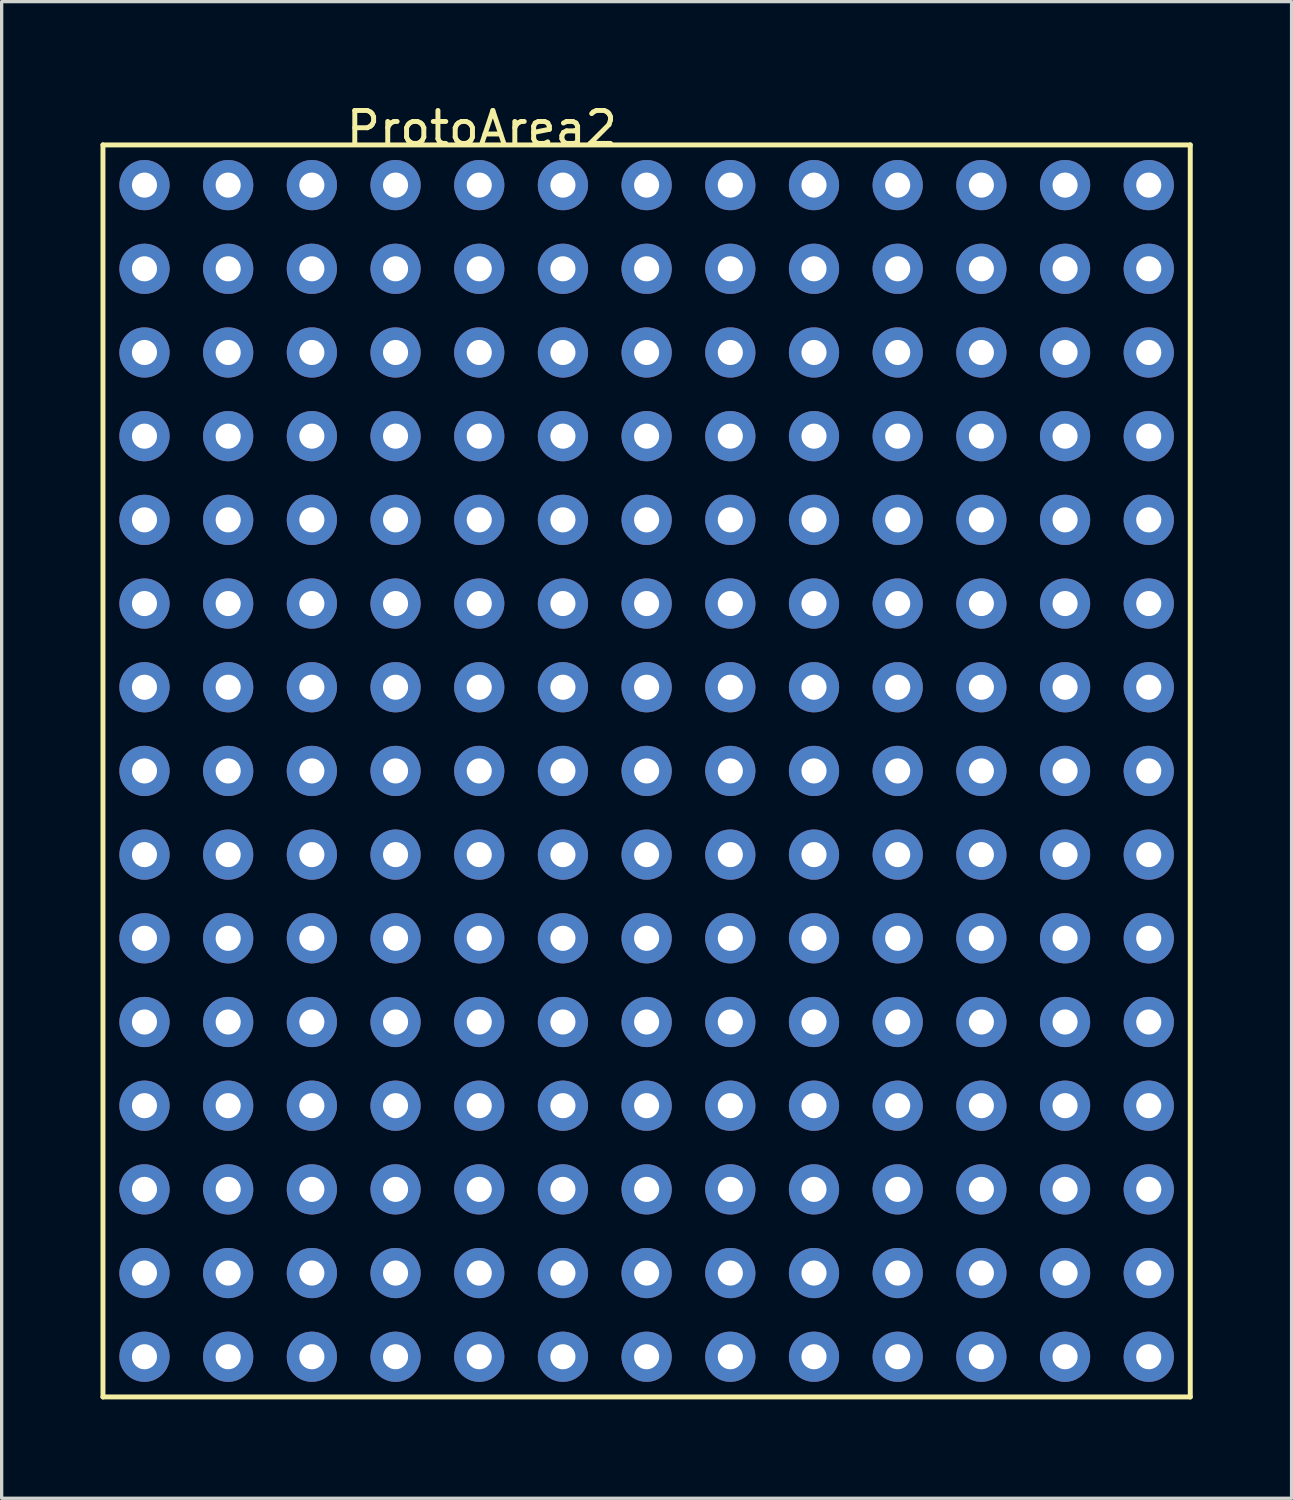
<source format=kicad_pcb>
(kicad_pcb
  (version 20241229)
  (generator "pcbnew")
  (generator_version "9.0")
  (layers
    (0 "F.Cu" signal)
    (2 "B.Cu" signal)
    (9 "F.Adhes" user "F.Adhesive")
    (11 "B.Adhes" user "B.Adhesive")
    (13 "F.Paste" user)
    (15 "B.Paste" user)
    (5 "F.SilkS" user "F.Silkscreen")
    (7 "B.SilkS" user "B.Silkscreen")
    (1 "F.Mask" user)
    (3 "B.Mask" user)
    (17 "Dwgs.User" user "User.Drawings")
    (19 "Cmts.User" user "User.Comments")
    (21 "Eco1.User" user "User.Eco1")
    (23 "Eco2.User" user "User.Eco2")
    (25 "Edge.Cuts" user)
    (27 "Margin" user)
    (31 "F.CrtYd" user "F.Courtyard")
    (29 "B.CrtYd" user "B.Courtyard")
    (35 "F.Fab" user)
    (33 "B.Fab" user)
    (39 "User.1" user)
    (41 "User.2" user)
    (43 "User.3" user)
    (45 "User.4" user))
  (footprint "ProtoArea2"
    (layer "F.Cu")
    (at 16.575 20.348)
    (property "Reference" "ProtoArea2" (at -5 -19.5 0) (layer "F.SilkS") (effects (font (size 1 1) (thickness 0.15))))
    (attr through_hole)
    (fp_line (start -16.5 -19) (end 16.5 -19) (stroke (width 0.15) (type solid)) (layer "F.SilkS"))
    (fp_line (start -16.5 19) (end -16.5 -19) (stroke (width 0.15) (type solid)) (layer "F.SilkS"))
    (fp_line (start 16.5 -19) (end 16.5 19) (stroke (width 0.15) (type solid)) (layer "F.SilkS"))
    (fp_line (start 16.5 19) (end -16.5 19) (stroke (width 0.15) (type solid)) (layer "F.SilkS"))
    (pad "1" thru_hole circle (at -15.24 -17.78) (size 1.524 1.524) (drill 0.762) (layers "*.Cu" "*.Mask"))
    (pad "2" thru_hole circle (at -15.24 -15.24) (size 1.524 1.524) (drill 0.762) (layers "*.Cu" "*.Mask"))
    (pad "3" thru_hole circle (at -15.24 -12.7) (size 1.524 1.524) (drill 0.762) (layers "*.Cu" "*.Mask"))
    (pad "4" thru_hole circle (at -15.24 -10.16) (size 1.524 1.524) (drill 0.762) (layers "*.Cu" "*.Mask"))
    (pad "5" thru_hole circle (at -15.24 -7.62) (size 1.524 1.524) (drill 0.762) (layers "*.Cu" "*.Mask"))
    (pad "6" thru_hole circle (at -15.24 -5.08) (size 1.524 1.524) (drill 0.762) (layers "*.Cu" "*.Mask"))
    (pad "7" thru_hole circle (at -15.24 -2.54) (size 1.524 1.524) (drill 0.762) (layers "*.Cu" "*.Mask"))
    (pad "8" thru_hole circle (at -15.24 0) (size 1.524 1.524) (drill 0.762) (layers "*.Cu" "*.Mask"))
    (pad "9" thru_hole circle (at -15.24 2.54) (size 1.524 1.524) (drill 0.762) (layers "*.Cu" "*.Mask"))
    (pad "10" thru_hole circle (at -15.24 5.08) (size 1.524 1.524) (drill 0.762) (layers "*.Cu" "*.Mask"))
    (pad "11" thru_hole circle (at -15.24 7.62) (size 1.524 1.524) (drill 0.762) (layers "*.Cu" "*.Mask"))
    (pad "12" thru_hole circle (at -12.7 -2.54) (size 1.524 1.524) (drill 0.762) (layers "*.Cu" "*.Mask"))
    (pad "13" thru_hole circle (at -12.7 -5.08) (size 1.524 1.524) (drill 0.762) (layers "*.Cu" "*.Mask"))
    (pad "14" thru_hole circle (at -12.7 -7.62) (size 1.524 1.524) (drill 0.762) (layers "*.Cu" "*.Mask"))
    (pad "15" thru_hole circle (at -12.7 -10.16) (size 1.524 1.524) (drill 0.762) (layers "*.Cu" "*.Mask"))
    (pad "16" thru_hole circle (at -12.7 -12.7) (size 1.524 1.524) (drill 0.762) (layers "*.Cu" "*.Mask"))
    (pad "17" thru_hole circle (at -12.7 -15.24) (size 1.524 1.524) (drill 0.762) (layers "*.Cu" "*.Mask"))
    (pad "18" thru_hole circle (at -12.7 -17.78) (size 1.524 1.524) (drill 0.762) (layers "*.Cu" "*.Mask"))
    (pad "19" thru_hole circle (at -15.24 17.78) (size 1.524 1.524) (drill 0.762) (layers "*.Cu" "*.Mask"))
    (pad "20" thru_hole circle (at -15.24 15.24) (size 1.524 1.524) (drill 0.762) (layers "*.Cu" "*.Mask"))
    (pad "21" thru_hole circle (at -15.24 12.7) (size 1.524 1.524) (drill 0.762) (layers "*.Cu" "*.Mask"))
    (pad "22" thru_hole circle (at -15.24 10.16) (size 1.524 1.524) (drill 0.762) (layers "*.Cu" "*.Mask"))
    (pad "23" thru_hole circle (at -12.7 0) (size 1.524 1.524) (drill 0.762) (layers "*.Cu" "*.Mask"))
    (pad "24" thru_hole circle (at -12.7 2.54) (size 1.524 1.524) (drill 0.762) (layers "*.Cu" "*.Mask"))
    (pad "25" thru_hole circle (at -12.7 5.08) (size 1.524 1.524) (drill 0.762) (layers "*.Cu" "*.Mask"))
    (pad "26" thru_hole circle (at -12.7 7.62) (size 1.524 1.524) (drill 0.762) (layers "*.Cu" "*.Mask"))
    (pad "27" thru_hole circle (at -12.7 10.16) (size 1.524 1.524) (drill 0.762) (layers "*.Cu" "*.Mask"))
    (pad "28" thru_hole circle (at -12.7 12.7) (size 1.524 1.524) (drill 0.762) (layers "*.Cu" "*.Mask"))
    (pad "29" thru_hole circle (at -12.7 15.24) (size 1.524 1.524) (drill 0.762) (layers "*.Cu" "*.Mask"))
    (pad "30" thru_hole circle (at -12.7 17.78) (size 1.524 1.524) (drill 0.762) (layers "*.Cu" "*.Mask"))
    (pad "31" thru_hole circle (at -10.16 -17.78) (size 1.524 1.524) (drill 0.762) (layers "*.Cu" "*.Mask"))
    (pad "32" thru_hole circle (at -10.16 -15.24) (size 1.524 1.524) (drill 0.762) (layers "*.Cu" "*.Mask"))
    (pad "33" thru_hole circle (at -10.16 -12.7) (size 1.524 1.524) (drill 0.762) (layers "*.Cu" "*.Mask"))
    (pad "34" thru_hole circle (at -10.16 15.24) (size 1.524 1.524) (drill 0.762) (layers "*.Cu" "*.Mask"))
    (pad "35" thru_hole circle (at -10.16 12.7) (size 1.524 1.524) (drill 0.762) (layers "*.Cu" "*.Mask"))
    (pad "36" thru_hole circle (at -10.16 10.16) (size 1.524 1.524) (drill 0.762) (layers "*.Cu" "*.Mask"))
    (pad "37" thru_hole circle (at -10.16 7.62) (size 1.524 1.524) (drill 0.762) (layers "*.Cu" "*.Mask"))
    (pad "38" thru_hole circle (at -10.16 5.08) (size 1.524 1.524) (drill 0.762) (layers "*.Cu" "*.Mask"))
    (pad "39" thru_hole circle (at -10.16 2.54) (size 1.524 1.524) (drill 0.762) (layers "*.Cu" "*.Mask"))
    (pad "40" thru_hole circle (at -10.16 0) (size 1.524 1.524) (drill 0.762) (layers "*.Cu" "*.Mask"))
    (pad "41" thru_hole circle (at -10.16 -2.54) (size 1.524 1.524) (drill 0.762) (layers "*.Cu" "*.Mask"))
    (pad "42" thru_hole circle (at -10.16 -5.08) (size 1.524 1.524) (drill 0.762) (layers "*.Cu" "*.Mask"))
    (pad "43" thru_hole circle (at -10.16 -7.62) (size 1.524 1.524) (drill 0.762) (layers "*.Cu" "*.Mask"))
    (pad "44" thru_hole circle (at -10.16 -10.16) (size 1.524 1.524) (drill 0.762) (layers "*.Cu" "*.Mask"))
    (pad "45" thru_hole circle (at -10.16 17.78) (size 1.524 1.524) (drill 0.762) (layers "*.Cu" "*.Mask"))
    (pad "46" thru_hole circle (at -7.62 -17.78) (size 1.524 1.524) (drill 0.762) (layers "*.Cu" "*.Mask"))
    (pad "47" thru_hole circle (at -7.62 -15.24) (size 1.524 1.524) (drill 0.762) (layers "*.Cu" "*.Mask"))
    (pad "48" thru_hole circle (at -7.62 -12.7) (size 1.524 1.524) (drill 0.762) (layers "*.Cu" "*.Mask"))
    (pad "49" thru_hole circle (at -7.62 -10.16) (size 1.524 1.524) (drill 0.762) (layers "*.Cu" "*.Mask"))
    (pad "50" thru_hole circle (at -7.62 -7.62) (size 1.524 1.524) (drill 0.762) (layers "*.Cu" "*.Mask"))
    (pad "51" thru_hole circle (at -7.62 -5.08) (size 1.524 1.524) (drill 0.762) (layers "*.Cu" "*.Mask"))
    (pad "52" thru_hole circle (at -7.62 -2.54) (size 1.524 1.524) (drill 0.762) (layers "*.Cu" "*.Mask"))
    (pad "53" thru_hole circle (at -7.62 0) (size 1.524 1.524) (drill 0.762) (layers "*.Cu" "*.Mask"))
    (pad "54" thru_hole circle (at -7.62 2.54) (size 1.524 1.524) (drill 0.762) (layers "*.Cu" "*.Mask"))
    (pad "55" thru_hole circle (at -7.62 5.08) (size 1.524 1.524) (drill 0.762) (layers "*.Cu" "*.Mask"))
    (pad "56" thru_hole circle (at -5.08 -5.08) (size 1.524 1.524) (drill 0.762) (layers "*.Cu" "*.Mask"))
    (pad "57" thru_hole circle (at -5.08 -7.62) (size 1.524 1.524) (drill 0.762) (layers "*.Cu" "*.Mask"))
    (pad "58" thru_hole circle (at -5.08 -10.16) (size 1.524 1.524) (drill 0.762) (layers "*.Cu" "*.Mask"))
    (pad "59" thru_hole circle (at -5.08 -12.7) (size 1.524 1.524) (drill 0.762) (layers "*.Cu" "*.Mask"))
    (pad "60" thru_hole circle (at -5.08 -15.24) (size 1.524 1.524) (drill 0.762) (layers "*.Cu" "*.Mask"))
    (pad "61" thru_hole circle (at -5.08 -17.78) (size 1.524 1.524) (drill 0.762) (layers "*.Cu" "*.Mask"))
    (pad "62" thru_hole circle (at -7.62 17.78) (size 1.524 1.524) (drill 0.762) (layers "*.Cu" "*.Mask"))
    (pad "63" thru_hole circle (at -7.62 15.24) (size 1.524 1.524) (drill 0.762) (layers "*.Cu" "*.Mask"))
    (pad "64" thru_hole circle (at -7.62 12.7) (size 1.524 1.524) (drill 0.762) (layers "*.Cu" "*.Mask"))
    (pad "65" thru_hole circle (at -7.62 10.16) (size 1.524 1.524) (drill 0.762) (layers "*.Cu" "*.Mask"))
    (pad "66" thru_hole circle (at -7.62 7.62) (size 1.524 1.524) (drill 0.762) (layers "*.Cu" "*.Mask"))
    (pad "67" thru_hole circle (at -5.08 -2.54) (size 1.524 1.524) (drill 0.762) (layers "*.Cu" "*.Mask"))
    (pad "68" thru_hole circle (at -5.08 0) (size 1.524 1.524) (drill 0.762) (layers "*.Cu" "*.Mask"))
    (pad "69" thru_hole circle (at -5.08 2.54) (size 1.524 1.524) (drill 0.762) (layers "*.Cu" "*.Mask"))
    (pad "70" thru_hole circle (at -5.08 5.08) (size 1.524 1.524) (drill 0.762) (layers "*.Cu" "*.Mask"))
    (pad "71" thru_hole circle (at -5.08 7.62) (size 1.524 1.524) (drill 0.762) (layers "*.Cu" "*.Mask"))
    (pad "72" thru_hole circle (at -5.08 10.16) (size 1.524 1.524) (drill 0.762) (layers "*.Cu" "*.Mask"))
    (pad "73" thru_hole circle (at -5.08 12.7) (size 1.524 1.524) (drill 0.762) (layers "*.Cu" "*.Mask"))
    (pad "74" thru_hole circle (at -5.08 15.24) (size 1.524 1.524) (drill 0.762) (layers "*.Cu" "*.Mask"))
    (pad "75" thru_hole circle (at -5.08 17.78) (size 1.524 1.524) (drill 0.762) (layers "*.Cu" "*.Mask"))
    (pad "76" thru_hole circle (at -2.54 -17.78) (size 1.524 1.524) (drill 0.762) (layers "*.Cu" "*.Mask"))
    (pad "77" thru_hole circle (at -2.54 -15.24) (size 1.524 1.524) (drill 0.762) (layers "*.Cu" "*.Mask"))
    (pad "78" thru_hole circle (at -2.54 12.7) (size 1.524 1.524) (drill 0.762) (layers "*.Cu" "*.Mask"))
    (pad "79" thru_hole circle (at -2.54 10.16) (size 1.524 1.524) (drill 0.762) (layers "*.Cu" "*.Mask"))
    (pad "80" thru_hole circle (at -2.54 7.62) (size 1.524 1.524) (drill 0.762) (layers "*.Cu" "*.Mask"))
    (pad "81" thru_hole circle (at -2.54 5.08) (size 1.524 1.524) (drill 0.762) (layers "*.Cu" "*.Mask"))
    (pad "82" thru_hole circle (at -2.54 2.54) (size 1.524 1.524) (drill 0.762) (layers "*.Cu" "*.Mask"))
    (pad "83" thru_hole circle (at -2.54 0) (size 1.524 1.524) (drill 0.762) (layers "*.Cu" "*.Mask"))
    (pad "84" thru_hole circle (at -2.54 -2.54) (size 1.524 1.524) (drill 0.762) (layers "*.Cu" "*.Mask"))
    (pad "85" thru_hole circle (at -2.54 -5.08) (size 1.524 1.524) (drill 0.762) (layers "*.Cu" "*.Mask"))
    (pad "86" thru_hole circle (at -2.54 -7.62) (size 1.524 1.524) (drill 0.762) (layers "*.Cu" "*.Mask"))
    (pad "87" thru_hole circle (at -2.54 -10.16) (size 1.524 1.524) (drill 0.762) (layers "*.Cu" "*.Mask"))
    (pad "88" thru_hole circle (at -2.54 -12.7) (size 1.524 1.524) (drill 0.762) (layers "*.Cu" "*.Mask"))
    (pad "89" thru_hole circle (at -2.54 15.24) (size 1.524 1.524) (drill 0.762) (layers "*.Cu" "*.Mask"))
    (pad "90" thru_hole circle (at -2.54 17.78) (size 1.524 1.524) (drill 0.762) (layers "*.Cu" "*.Mask"))
    (pad "91" thru_hole circle (at 0 -17.78) (size 1.524 1.524) (drill 0.762) (layers "*.Cu" "*.Mask"))
    (pad "92" thru_hole circle (at 0 -15.24) (size 1.524 1.524) (drill 0.762) (layers "*.Cu" "*.Mask"))
    (pad "93" thru_hole circle (at 0 -12.7) (size 1.524 1.524) (drill 0.762) (layers "*.Cu" "*.Mask"))
    (pad "94" thru_hole circle (at 0 -10.16) (size 1.524 1.524) (drill 0.762) (layers "*.Cu" "*.Mask"))
    (pad "95" thru_hole circle (at 0 -7.62) (size 1.524 1.524) (drill 0.762) (layers "*.Cu" "*.Mask"))
    (pad "96" thru_hole circle (at 0 -5.08) (size 1.524 1.524) (drill 0.762) (layers "*.Cu" "*.Mask"))
    (pad "97" thru_hole circle (at 0 -2.54) (size 1.524 1.524) (drill 0.762) (layers "*.Cu" "*.Mask"))
    (pad "98" thru_hole circle (at 0 0) (size 1.524 1.524) (drill 0.762) (layers "*.Cu" "*.Mask"))
    (pad "99" thru_hole circle (at 0 2.54) (size 1.524 1.524) (drill 0.762) (layers "*.Cu" "*.Mask"))
    (pad "100" thru_hole circle (at 2.54 -7.62) (size 1.524 1.524) (drill 0.762) (layers "*.Cu" "*.Mask"))
    (pad "101" thru_hole circle (at 2.54 -10.16) (size 1.524 1.524) (drill 0.762) (layers "*.Cu" "*.Mask"))
    (pad "102" thru_hole circle (at 2.54 -12.7) (size 1.524 1.524) (drill 0.762) (layers "*.Cu" "*.Mask"))
    (pad "103" thru_hole circle (at 2.54 -15.24) (size 1.524 1.524) (drill 0.762) (layers "*.Cu" "*.Mask"))
    (pad "104" thru_hole circle (at 2.54 -17.78) (size 1.524 1.524) (drill 0.762) (layers "*.Cu" "*.Mask"))
    (pad "105" thru_hole circle (at 0 17.78) (size 1.524 1.524) (drill 0.762) (layers "*.Cu" "*.Mask"))
    (pad "106" thru_hole circle (at 0 15.24) (size 1.524 1.524) (drill 0.762) (layers "*.Cu" "*.Mask"))
    (pad "107" thru_hole circle (at 0 12.7) (size 1.524 1.524) (drill 0.762) (layers "*.Cu" "*.Mask"))
    (pad "108" thru_hole circle (at 0 10.16) (size 1.524 1.524) (drill 0.762) (layers "*.Cu" "*.Mask"))
    (pad "109" thru_hole circle (at 0 7.62) (size 1.524 1.524) (drill 0.762) (layers "*.Cu" "*.Mask"))
    (pad "110" thru_hole circle (at 0 5.08) (size 1.524 1.524) (drill 0.762) (layers "*.Cu" "*.Mask"))
    (pad "111" thru_hole circle (at 2.54 -5.08) (size 1.524 1.524) (drill 0.762) (layers "*.Cu" "*.Mask"))
    (pad "112" thru_hole circle (at 2.54 -2.54) (size 1.524 1.524) (drill 0.762) (layers "*.Cu" "*.Mask"))
    (pad "113" thru_hole circle (at 2.54 0) (size 1.524 1.524) (drill 0.762) (layers "*.Cu" "*.Mask"))
    (pad "114" thru_hole circle (at 2.54 2.54) (size 1.524 1.524) (drill 0.762) (layers "*.Cu" "*.Mask"))
    (pad "115" thru_hole circle (at 2.54 5.08) (size 1.524 1.524) (drill 0.762) (layers "*.Cu" "*.Mask"))
    (pad "116" thru_hole circle (at 2.54 7.62) (size 1.524 1.524) (drill 0.762) (layers "*.Cu" "*.Mask"))
    (pad "117" thru_hole circle (at 2.54 10.16) (size 1.524 1.524) (drill 0.762) (layers "*.Cu" "*.Mask"))
    (pad "118" thru_hole circle (at 2.54 12.7) (size 1.524 1.524) (drill 0.762) (layers "*.Cu" "*.Mask"))
    (pad "119" thru_hole circle (at 2.54 15.24) (size 1.524 1.524) (drill 0.762) (layers "*.Cu" "*.Mask"))
    (pad "120" thru_hole circle (at 2.54 17.78) (size 1.524 1.524) (drill 0.762) (layers "*.Cu" "*.Mask"))
    (pad "121" thru_hole circle (at 5.08 -17.78) (size 1.524 1.524) (drill 0.762) (layers "*.Cu" "*.Mask"))
    (pad "122" thru_hole circle (at 5.08 10.16) (size 1.524 1.524) (drill 0.762) (layers "*.Cu" "*.Mask"))
    (pad "123" thru_hole circle (at 5.08 7.62) (size 1.524 1.524) (drill 0.762) (layers "*.Cu" "*.Mask"))
    (pad "124" thru_hole circle (at 5.08 5.08) (size 1.524 1.524) (drill 0.762) (layers "*.Cu" "*.Mask"))
    (pad "125" thru_hole circle (at 5.08 2.54) (size 1.524 1.524) (drill 0.762) (layers "*.Cu" "*.Mask"))
    (pad "126" thru_hole circle (at 5.08 0) (size 1.524 1.524) (drill 0.762) (layers "*.Cu" "*.Mask"))
    (pad "127" thru_hole circle (at 5.08 -2.54) (size 1.524 1.524) (drill 0.762) (layers "*.Cu" "*.Mask"))
    (pad "128" thru_hole circle (at 5.08 -5.08) (size 1.524 1.524) (drill 0.762) (layers "*.Cu" "*.Mask"))
    (pad "129" thru_hole circle (at 5.08 -7.62) (size 1.524 1.524) (drill 0.762) (layers "*.Cu" "*.Mask"))
    (pad "130" thru_hole circle (at 5.08 -10.16) (size 1.524 1.524) (drill 0.762) (layers "*.Cu" "*.Mask"))
    (pad "131" thru_hole circle (at 5.08 -12.7) (size 1.524 1.524) (drill 0.762) (layers "*.Cu" "*.Mask"))
    (pad "132" thru_hole circle (at 5.08 -15.24) (size 1.524 1.524) (drill 0.762) (layers "*.Cu" "*.Mask"))
    (pad "133" thru_hole circle (at 5.08 12.7) (size 1.524 1.524) (drill 0.762) (layers "*.Cu" "*.Mask"))
    (pad "134" thru_hole circle (at 5.08 15.24) (size 1.524 1.524) (drill 0.762) (layers "*.Cu" "*.Mask"))
    (pad "135" thru_hole circle (at 5.08 17.78) (size 1.524 1.524) (drill 0.762) (layers "*.Cu" "*.Mask"))
    (pad "136" thru_hole circle (at 7.62 -17.78) (size 1.524 1.524) (drill 0.762) (layers "*.Cu" "*.Mask"))
    (pad "137" thru_hole circle (at 7.62 -15.24) (size 1.524 1.524) (drill 0.762) (layers "*.Cu" "*.Mask"))
    (pad "138" thru_hole circle (at 7.62 -12.7) (size 1.524 1.524) (drill 0.762) (layers "*.Cu" "*.Mask"))
    (pad "139" thru_hole circle (at 7.62 -10.16) (size 1.524 1.524) (drill 0.762) (layers "*.Cu" "*.Mask"))
    (pad "140" thru_hole circle (at 7.62 -7.62) (size 1.524 1.524) (drill 0.762) (layers "*.Cu" "*.Mask"))
    (pad "141" thru_hole circle (at 7.62 -5.08) (size 1.524 1.524) (drill 0.762) (layers "*.Cu" "*.Mask"))
    (pad "142" thru_hole circle (at 7.62 -2.54) (size 1.524 1.524) (drill 0.762) (layers "*.Cu" "*.Mask"))
    (pad "143" thru_hole circle (at 7.62 0) (size 1.524 1.524) (drill 0.762) (layers "*.Cu" "*.Mask"))
    (pad "144" thru_hole circle (at 10.16 -10.16) (size 1.524 1.524) (drill 0.762) (layers "*.Cu" "*.Mask"))
    (pad "145" thru_hole circle (at 10.16 -12.7) (size 1.524 1.524) (drill 0.762) (layers "*.Cu" "*.Mask"))
    (pad "146" thru_hole circle (at 10.16 -15.24) (size 1.524 1.524) (drill 0.762) (layers "*.Cu" "*.Mask"))
    (pad "147" thru_hole circle (at 10.16 -17.78) (size 1.524 1.524) (drill 0.762) (layers "*.Cu" "*.Mask"))
    (pad "148" thru_hole circle (at 7.62 17.78) (size 1.524 1.524) (drill 0.762) (layers "*.Cu" "*.Mask"))
    (pad "149" thru_hole circle (at 7.62 15.24) (size 1.524 1.524) (drill 0.762) (layers "*.Cu" "*.Mask"))
    (pad "150" thru_hole circle (at 7.62 12.7) (size 1.524 1.524) (drill 0.762) (layers "*.Cu" "*.Mask"))
    (pad "151" thru_hole circle (at 7.62 10.16) (size 1.524 1.524) (drill 0.762) (layers "*.Cu" "*.Mask"))
    (pad "152" thru_hole circle (at 7.62 7.62) (size 1.524 1.524) (drill 0.762) (layers "*.Cu" "*.Mask"))
    (pad "153" thru_hole circle (at 7.62 5.08) (size 1.524 1.524) (drill 0.762) (layers "*.Cu" "*.Mask"))
    (pad "154" thru_hole circle (at 7.62 2.54) (size 1.524 1.524) (drill 0.762) (layers "*.Cu" "*.Mask"))
    (pad "155" thru_hole circle (at 10.16 -7.62) (size 1.524 1.524) (drill 0.762) (layers "*.Cu" "*.Mask"))
    (pad "156" thru_hole circle (at 10.16 -5.08) (size 1.524 1.524) (drill 0.762) (layers "*.Cu" "*.Mask"))
    (pad "157" thru_hole circle (at 10.16 -2.54) (size 1.524 1.524) (drill 0.762) (layers "*.Cu" "*.Mask"))
    (pad "158" thru_hole circle (at 10.16 0) (size 1.524 1.524) (drill 0.762) (layers "*.Cu" "*.Mask"))
    (pad "159" thru_hole circle (at 10.16 2.54) (size 1.524 1.524) (drill 0.762) (layers "*.Cu" "*.Mask"))
    (pad "160" thru_hole circle (at 10.16 5.08) (size 1.524 1.524) (drill 0.762) (layers "*.Cu" "*.Mask"))
    (pad "161" thru_hole circle (at 10.16 7.62) (size 1.524 1.524) (drill 0.762) (layers "*.Cu" "*.Mask"))
    (pad "162" thru_hole circle (at 10.16 10.16) (size 1.524 1.524) (drill 0.762) (layers "*.Cu" "*.Mask"))
    (pad "163" thru_hole circle (at 10.16 12.7) (size 1.524 1.524) (drill 0.762) (layers "*.Cu" "*.Mask"))
    (pad "164" thru_hole circle (at 10.16 15.24) (size 1.524 1.524) (drill 0.762) (layers "*.Cu" "*.Mask"))
    (pad "165" thru_hole circle (at 10.16 17.78) (size 1.524 1.524) (drill 0.762) (layers "*.Cu" "*.Mask"))
    (pad "166" thru_hole circle (at 12.7 7.62) (size 1.524 1.524) (drill 0.762) (layers "*.Cu" "*.Mask"))
    (pad "167" thru_hole circle (at 12.7 5.08) (size 1.524 1.524) (drill 0.762) (layers "*.Cu" "*.Mask"))
    (pad "168" thru_hole circle (at 12.7 2.54) (size 1.524 1.524) (drill 0.762) (layers "*.Cu" "*.Mask"))
    (pad "169" thru_hole circle (at 12.7 0) (size 1.524 1.524) (drill 0.762) (layers "*.Cu" "*.Mask"))
    (pad "170" thru_hole circle (at 12.7 -2.54) (size 1.524 1.524) (drill 0.762) (layers "*.Cu" "*.Mask"))
    (pad "171" thru_hole circle (at 12.7 -5.08) (size 1.524 1.524) (drill 0.762) (layers "*.Cu" "*.Mask"))
    (pad "172" thru_hole circle (at 12.7 -7.62) (size 1.524 1.524) (drill 0.762) (layers "*.Cu" "*.Mask"))
    (pad "173" thru_hole circle (at 12.7 -10.16) (size 1.524 1.524) (drill 0.762) (layers "*.Cu" "*.Mask"))
    (pad "174" thru_hole circle (at 12.7 -12.7) (size 1.524 1.524) (drill 0.762) (layers "*.Cu" "*.Mask"))
    (pad "175" thru_hole circle (at 12.7 -15.24) (size 1.524 1.524) (drill 0.762) (layers "*.Cu" "*.Mask"))
    (pad "176" thru_hole circle (at 12.7 -17.78) (size 1.524 1.524) (drill 0.762) (layers "*.Cu" "*.Mask"))
    (pad "177" thru_hole circle (at 12.7 10.16) (size 1.524 1.524) (drill 0.762) (layers "*.Cu" "*.Mask"))
    (pad "178" thru_hole circle (at 12.7 12.7) (size 1.524 1.524) (drill 0.762) (layers "*.Cu" "*.Mask"))
    (pad "179" thru_hole circle (at 12.7 15.24) (size 1.524 1.524) (drill 0.762) (layers "*.Cu" "*.Mask"))
    (pad "180" thru_hole circle (at 12.7 17.78) (size 1.524 1.524) (drill 0.762) (layers "*.Cu" "*.Mask"))
    (pad "181" thru_hole circle (at 15.24 -17.78) (size 1.524 1.524) (drill 0.762) (layers "*.Cu" "*.Mask"))
    (pad "182" thru_hole circle (at 15.24 -15.24) (size 1.524 1.524) (drill 0.762) (layers "*.Cu" "*.Mask"))
    (pad "183" thru_hole circle (at 15.24 -12.7) (size 1.524 1.524) (drill 0.762) (layers "*.Cu" "*.Mask"))
    (pad "184" thru_hole circle (at 15.24 -10.16) (size 1.524 1.524) (drill 0.762) (layers "*.Cu" "*.Mask"))
    (pad "185" thru_hole circle (at 15.24 -7.62) (size 1.524 1.524) (drill 0.762) (layers "*.Cu" "*.Mask"))
    (pad "186" thru_hole circle (at 15.24 -5.08) (size 1.524 1.524) (drill 0.762) (layers "*.Cu" "*.Mask"))
    (pad "187" thru_hole circle (at 15.24 -2.54) (size 1.524 1.524) (drill 0.762) (layers "*.Cu" "*.Mask"))
    (pad "191" thru_hole circle (at 15.24 17.78) (size 1.524 1.524) (drill 0.762) (layers "*.Cu" "*.Mask"))
    (pad "192" thru_hole circle (at 15.24 15.24) (size 1.524 1.524) (drill 0.762) (layers "*.Cu" "*.Mask"))
    (pad "193" thru_hole circle (at 15.24 12.7) (size 1.524 1.524) (drill 0.762) (layers "*.Cu" "*.Mask"))
    (pad "194" thru_hole circle (at 15.24 10.16) (size 1.524 1.524) (drill 0.762) (layers "*.Cu" "*.Mask"))
    (pad "195" thru_hole circle (at 15.24 7.62) (size 1.524 1.524) (drill 0.762) (layers "*.Cu" "*.Mask"))
    (pad "196" thru_hole circle (at 15.24 5.08) (size 1.524 1.524) (drill 0.762) (layers "*.Cu" "*.Mask"))
    (pad "197" thru_hole circle (at 15.24 2.54) (size 1.524 1.524) (drill 0.762) (layers "*.Cu" "*.Mask"))
    (pad "198" thru_hole circle (at 15.24 0) (size 1.524 1.524) (drill 0.762) (layers "*.Cu" "*.Mask")))
  (gr_rect
    (start -3 -3)
    (end 36.15 42.423)
    (stroke (width 0.1) (type default))
    (fill no)
    (layer "Edge.Cuts")))
</source>
